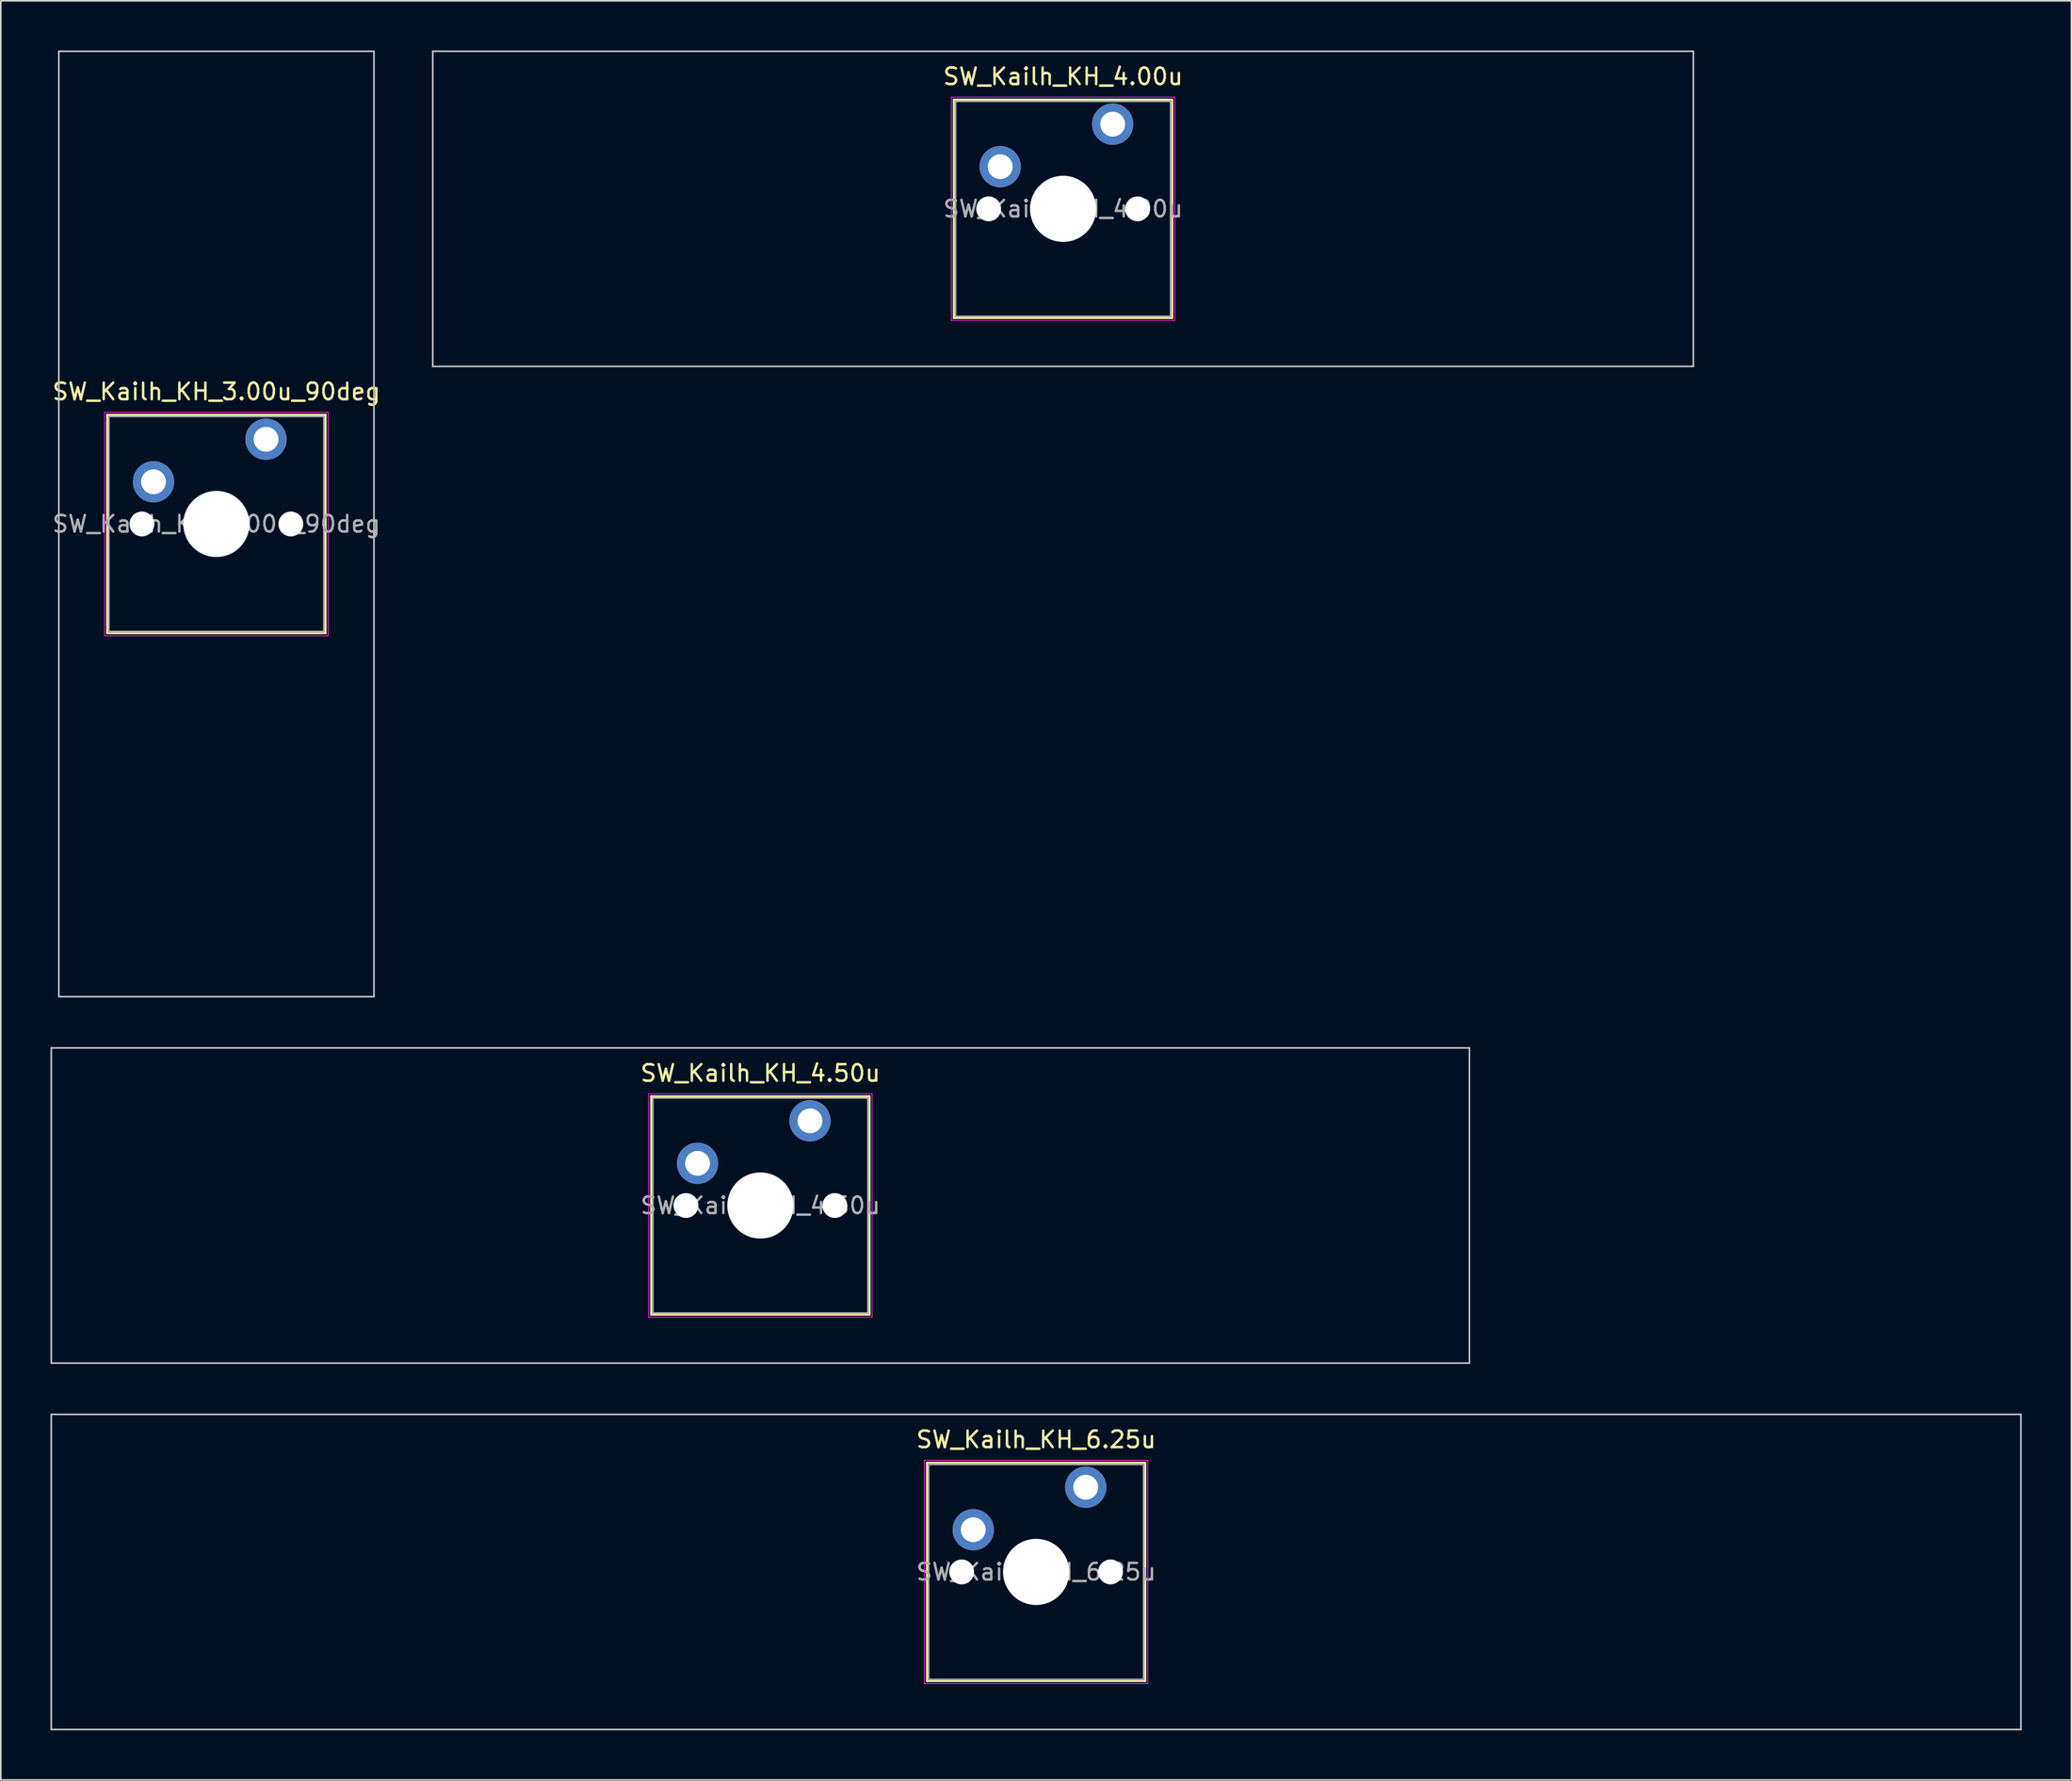
<source format=kicad_pcb>
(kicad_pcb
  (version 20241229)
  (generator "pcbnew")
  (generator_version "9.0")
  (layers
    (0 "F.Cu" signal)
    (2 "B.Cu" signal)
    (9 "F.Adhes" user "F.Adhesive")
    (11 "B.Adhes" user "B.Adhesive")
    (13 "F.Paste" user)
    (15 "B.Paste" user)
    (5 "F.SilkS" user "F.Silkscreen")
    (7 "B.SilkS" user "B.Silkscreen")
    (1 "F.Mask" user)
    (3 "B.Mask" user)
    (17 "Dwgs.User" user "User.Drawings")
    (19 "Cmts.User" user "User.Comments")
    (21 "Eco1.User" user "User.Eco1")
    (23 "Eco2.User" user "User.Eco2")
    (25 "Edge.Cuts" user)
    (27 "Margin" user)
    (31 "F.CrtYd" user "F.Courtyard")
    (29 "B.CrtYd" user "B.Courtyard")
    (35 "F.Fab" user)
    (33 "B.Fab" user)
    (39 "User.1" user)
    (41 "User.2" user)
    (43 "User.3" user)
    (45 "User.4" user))
  (footprint "SW_Kailh_KH_4.00u"
    (layer "F.Cu")
    (at 61.21 9.575)
    (property "Reference" "SW_Kailh_KH_4.00u" (at 0 -8 0) (layer "F.SilkS") (effects (font (size 1 1) (thickness 0.15))))
    (attr through_hole)
    (fp_line (start -6.6 -6.6) (end -6.6 6.6) (stroke (width 0.12) (type solid)) (layer "F.SilkS"))
    (fp_line (start -6.6 6.6) (end 6.6 6.6) (stroke (width 0.12) (type solid)) (layer "F.SilkS"))
    (fp_line (start 6.6 -6.6) (end -6.6 -6.6) (stroke (width 0.12) (type solid)) (layer "F.SilkS"))
    (fp_line (start 6.6 6.6) (end 6.6 -6.6) (stroke (width 0.12) (type solid)) (layer "F.SilkS"))
    (fp_line (start -38.1 -9.525) (end -38.1 9.525) (stroke (width 0.1) (type solid)) (layer "Dwgs.User"))
    (fp_line (start -38.1 9.525) (end 38.1 9.525) (stroke (width 0.1) (type solid)) (layer "Dwgs.User"))
    (fp_line (start 38.1 -9.525) (end -38.1 -9.525) (stroke (width 0.1) (type solid)) (layer "Dwgs.User"))
    (fp_line (start 38.1 9.525) (end 38.1 -9.525) (stroke (width 0.1) (type solid)) (layer "Dwgs.User"))
    (fp_line (start -6.1 -6.1) (end -6.1 6.1) (stroke (width 0.1) (type solid)) (layer "Eco1.User"))
    (fp_line (start -6.1 6.1) (end 6.1 6.1) (stroke (width 0.1) (type solid)) (layer "Eco1.User"))
    (fp_line (start 6.1 -6.1) (end -6.1 -6.1) (stroke (width 0.1) (type solid)) (layer "Eco1.User"))
    (fp_line (start 6.1 6.1) (end 6.1 -6.1) (stroke (width 0.1) (type solid)) (layer "Eco1.User"))
    (fp_line (start -6.75 -6.75) (end -6.75 6.75) (stroke (width 0.05) (type solid)) (layer "F.CrtYd"))
    (fp_line (start -6.75 6.75) (end 6.75 6.75) (stroke (width 0.05) (type solid)) (layer "F.CrtYd"))
    (fp_line (start 6.75 -6.75) (end -6.75 -6.75) (stroke (width 0.05) (type solid)) (layer "F.CrtYd"))
    (fp_line (start 6.75 6.75) (end 6.75 -6.75) (stroke (width 0.05) (type solid)) (layer "F.CrtYd"))
    (fp_line (start -6.5 -6.5) (end -6.5 6.5) (stroke (width 0.1) (type solid)) (layer "F.Fab"))
    (fp_line (start -6.5 6.5) (end 6.5 6.5) (stroke (width 0.1) (type solid)) (layer "F.Fab"))
    (fp_line (start 6.5 -6.5) (end -6.5 -6.5) (stroke (width 0.1) (type solid)) (layer "F.Fab"))
    (fp_line (start 6.5 6.5) (end 6.5 -6.5) (stroke (width 0.1) (type solid)) (layer "F.Fab"))
    (fp_text user "${REFERENCE}" (at 0 0 0) (layer "F.Fab") (effects (font (size 1 1) (thickness 0.15))))
    (pad "" np_thru_hole circle (at -4.5 0) (size 1.5 1.5) (drill 1.5) (layers "*.Cu" "*.Mask"))
    (pad "" smd circle (at -3.8 -2.55) (size 1.55 1.55) (layers "F.Mask"))
    (pad "" np_thru_hole circle (at 0 0) (size 4 4) (drill 4) (layers "*.Cu" "*.Mask"))
    (pad "" smd circle (at 3 -5.12) (size 1.55 1.55) (layers "F.Mask"))
    (pad "" np_thru_hole circle (at 4.5 0) (size 1.5 1.5) (drill 1.5) (layers "*.Cu" "*.Mask"))
    (pad "1" thru_hole circle (at -3.8 -2.55) (size 2.5 2.5) (drill 1.5) (layers "*.Cu" "B.Mask"))
    (pad "2" thru_hole circle (at 3 -5.12) (size 2.5 2.5) (drill 1.5) (layers "*.Cu" "B.Mask")))
  (footprint "SW_Kailh_KH_6.25u"
    (layer "F.Cu")
    (at 59.581 91.975)
    (property "Reference" "SW_Kailh_KH_6.25u" (at 0 -8 0) (layer "F.SilkS") (effects (font (size 1 1) (thickness 0.15))))
    (attr through_hole)
    (fp_line (start -6.6 -6.6) (end -6.6 6.6) (stroke (width 0.12) (type solid)) (layer "F.SilkS"))
    (fp_line (start -6.6 6.6) (end 6.6 6.6) (stroke (width 0.12) (type solid)) (layer "F.SilkS"))
    (fp_line (start 6.6 -6.6) (end -6.6 -6.6) (stroke (width 0.12) (type solid)) (layer "F.SilkS"))
    (fp_line (start 6.6 6.6) (end 6.6 -6.6) (stroke (width 0.12) (type solid)) (layer "F.SilkS"))
    (fp_line (start -59.531 -9.525) (end -59.531 9.525) (stroke (width 0.1) (type solid)) (layer "Dwgs.User"))
    (fp_line (start -59.531 9.525) (end 59.531 9.525) (stroke (width 0.1) (type solid)) (layer "Dwgs.User"))
    (fp_line (start 59.531 -9.525) (end -59.531 -9.525) (stroke (width 0.1) (type solid)) (layer "Dwgs.User"))
    (fp_line (start 59.531 9.525) (end 59.531 -9.525) (stroke (width 0.1) (type solid)) (layer "Dwgs.User"))
    (fp_line (start -6.1 -6.1) (end -6.1 6.1) (stroke (width 0.1) (type solid)) (layer "Eco1.User"))
    (fp_line (start -6.1 6.1) (end 6.1 6.1) (stroke (width 0.1) (type solid)) (layer "Eco1.User"))
    (fp_line (start 6.1 -6.1) (end -6.1 -6.1) (stroke (width 0.1) (type solid)) (layer "Eco1.User"))
    (fp_line (start 6.1 6.1) (end 6.1 -6.1) (stroke (width 0.1) (type solid)) (layer "Eco1.User"))
    (fp_line (start -6.75 -6.75) (end -6.75 6.75) (stroke (width 0.05) (type solid)) (layer "F.CrtYd"))
    (fp_line (start -6.75 6.75) (end 6.75 6.75) (stroke (width 0.05) (type solid)) (layer "F.CrtYd"))
    (fp_line (start 6.75 -6.75) (end -6.75 -6.75) (stroke (width 0.05) (type solid)) (layer "F.CrtYd"))
    (fp_line (start 6.75 6.75) (end 6.75 -6.75) (stroke (width 0.05) (type solid)) (layer "F.CrtYd"))
    (fp_line (start -6.5 -6.5) (end -6.5 6.5) (stroke (width 0.1) (type solid)) (layer "F.Fab"))
    (fp_line (start -6.5 6.5) (end 6.5 6.5) (stroke (width 0.1) (type solid)) (layer "F.Fab"))
    (fp_line (start 6.5 -6.5) (end -6.5 -6.5) (stroke (width 0.1) (type solid)) (layer "F.Fab"))
    (fp_line (start 6.5 6.5) (end 6.5 -6.5) (stroke (width 0.1) (type solid)) (layer "F.Fab"))
    (fp_text user "${REFERENCE}" (at 0 0 0) (layer "F.Fab") (effects (font (size 1 1) (thickness 0.15))))
    (pad "" np_thru_hole circle (at -4.5 0) (size 1.5 1.5) (drill 1.5) (layers "*.Cu" "*.Mask"))
    (pad "" smd circle (at -3.8 -2.55) (size 1.55 1.55) (layers "F.Mask"))
    (pad "" np_thru_hole circle (at 0 0) (size 4 4) (drill 4) (layers "*.Cu" "*.Mask"))
    (pad "" smd circle (at 3 -5.12) (size 1.55 1.55) (layers "F.Mask"))
    (pad "" np_thru_hole circle (at 4.5 0) (size 1.5 1.5) (drill 1.5) (layers "*.Cu" "*.Mask"))
    (pad "1" thru_hole circle (at -3.8 -2.55) (size 2.5 2.5) (drill 1.5) (layers "*.Cu" "B.Mask"))
    (pad "2" thru_hole circle (at 3 -5.12) (size 2.5 2.5) (drill 1.5) (layers "*.Cu" "B.Mask")))
  (footprint "SW_Kailh_KH_4.50u"
    (layer "F.Cu")
    (at 42.913 69.825)
    (property "Reference" "SW_Kailh_KH_4.50u" (at 0 -8 0) (layer "F.SilkS") (effects (font (size 1 1) (thickness 0.15))))
    (attr through_hole)
    (fp_line (start -6.6 -6.6) (end -6.6 6.6) (stroke (width 0.12) (type solid)) (layer "F.SilkS"))
    (fp_line (start -6.6 6.6) (end 6.6 6.6) (stroke (width 0.12) (type solid)) (layer "F.SilkS"))
    (fp_line (start 6.6 -6.6) (end -6.6 -6.6) (stroke (width 0.12) (type solid)) (layer "F.SilkS"))
    (fp_line (start 6.6 6.6) (end 6.6 -6.6) (stroke (width 0.12) (type solid)) (layer "F.SilkS"))
    (fp_line (start -42.862 -9.525) (end -42.862 9.525) (stroke (width 0.1) (type solid)) (layer "Dwgs.User"))
    (fp_line (start -42.862 9.525) (end 42.862 9.525) (stroke (width 0.1) (type solid)) (layer "Dwgs.User"))
    (fp_line (start 42.862 -9.525) (end -42.862 -9.525) (stroke (width 0.1) (type solid)) (layer "Dwgs.User"))
    (fp_line (start 42.862 9.525) (end 42.862 -9.525) (stroke (width 0.1) (type solid)) (layer "Dwgs.User"))
    (fp_line (start -6.1 -6.1) (end -6.1 6.1) (stroke (width 0.1) (type solid)) (layer "Eco1.User"))
    (fp_line (start -6.1 6.1) (end 6.1 6.1) (stroke (width 0.1) (type solid)) (layer "Eco1.User"))
    (fp_line (start 6.1 -6.1) (end -6.1 -6.1) (stroke (width 0.1) (type solid)) (layer "Eco1.User"))
    (fp_line (start 6.1 6.1) (end 6.1 -6.1) (stroke (width 0.1) (type solid)) (layer "Eco1.User"))
    (fp_line (start -6.75 -6.75) (end -6.75 6.75) (stroke (width 0.05) (type solid)) (layer "F.CrtYd"))
    (fp_line (start -6.75 6.75) (end 6.75 6.75) (stroke (width 0.05) (type solid)) (layer "F.CrtYd"))
    (fp_line (start 6.75 -6.75) (end -6.75 -6.75) (stroke (width 0.05) (type solid)) (layer "F.CrtYd"))
    (fp_line (start 6.75 6.75) (end 6.75 -6.75) (stroke (width 0.05) (type solid)) (layer "F.CrtYd"))
    (fp_line (start -6.5 -6.5) (end -6.5 6.5) (stroke (width 0.1) (type solid)) (layer "F.Fab"))
    (fp_line (start -6.5 6.5) (end 6.5 6.5) (stroke (width 0.1) (type solid)) (layer "F.Fab"))
    (fp_line (start 6.5 -6.5) (end -6.5 -6.5) (stroke (width 0.1) (type solid)) (layer "F.Fab"))
    (fp_line (start 6.5 6.5) (end 6.5 -6.5) (stroke (width 0.1) (type solid)) (layer "F.Fab"))
    (fp_text user "${REFERENCE}" (at 0 0 0) (layer "F.Fab") (effects (font (size 1 1) (thickness 0.15))))
    (pad "" np_thru_hole circle (at -4.5 0) (size 1.5 1.5) (drill 1.5) (layers "*.Cu" "*.Mask"))
    (pad "" smd circle (at -3.8 -2.55) (size 1.55 1.55) (layers "F.Mask"))
    (pad "" np_thru_hole circle (at 0 0) (size 4 4) (drill 4) (layers "*.Cu" "*.Mask"))
    (pad "" smd circle (at 3 -5.12) (size 1.55 1.55) (layers "F.Mask"))
    (pad "" np_thru_hole circle (at 4.5 0) (size 1.5 1.5) (drill 1.5) (layers "*.Cu" "*.Mask"))
    (pad "1" thru_hole circle (at -3.8 -2.55) (size 2.5 2.5) (drill 1.5) (layers "*.Cu" "B.Mask"))
    (pad "2" thru_hole circle (at 3 -5.12) (size 2.5 2.5) (drill 1.5) (layers "*.Cu" "B.Mask")))
  (footprint "SW_Kailh_KH_3.00u_90deg"
    (layer "F.Cu")
    (at 10.03 28.625)
    (property "Reference" "SW_Kailh_KH_3.00u_90deg" (at 0 -8 0) (layer "F.SilkS") (effects (font (size 1 1) (thickness 0.15))))
    (attr through_hole)
    (fp_line (start -6.6 -6.6) (end -6.6 6.6) (stroke (width 0.12) (type solid)) (layer "F.SilkS"))
    (fp_line (start -6.6 6.6) (end 6.6 6.6) (stroke (width 0.12) (type solid)) (layer "F.SilkS"))
    (fp_line (start 6.6 -6.6) (end -6.6 -6.6) (stroke (width 0.12) (type solid)) (layer "F.SilkS"))
    (fp_line (start 6.6 6.6) (end 6.6 -6.6) (stroke (width 0.12) (type solid)) (layer "F.SilkS"))
    (fp_line (start -9.525 -28.575) (end 9.525 -28.575) (stroke (width 0.1) (type solid)) (layer "Dwgs.User"))
    (fp_line (start -9.525 28.575) (end -9.525 -28.575) (stroke (width 0.1) (type solid)) (layer "Dwgs.User"))
    (fp_line (start 9.525 -28.575) (end 9.525 28.575) (stroke (width 0.1) (type solid)) (layer "Dwgs.User"))
    (fp_line (start 9.525 28.575) (end -9.525 28.575) (stroke (width 0.1) (type solid)) (layer "Dwgs.User"))
    (fp_line (start -6.1 -6.1) (end -6.1 6.1) (stroke (width 0.1) (type solid)) (layer "Eco1.User"))
    (fp_line (start -6.1 6.1) (end 6.1 6.1) (stroke (width 0.1) (type solid)) (layer "Eco1.User"))
    (fp_line (start 6.1 -6.1) (end -6.1 -6.1) (stroke (width 0.1) (type solid)) (layer "Eco1.User"))
    (fp_line (start 6.1 6.1) (end 6.1 -6.1) (stroke (width 0.1) (type solid)) (layer "Eco1.User"))
    (fp_line (start -6.75 -6.75) (end -6.75 6.75) (stroke (width 0.05) (type solid)) (layer "F.CrtYd"))
    (fp_line (start -6.75 6.75) (end 6.75 6.75) (stroke (width 0.05) (type solid)) (layer "F.CrtYd"))
    (fp_line (start 6.75 -6.75) (end -6.75 -6.75) (stroke (width 0.05) (type solid)) (layer "F.CrtYd"))
    (fp_line (start 6.75 6.75) (end 6.75 -6.75) (stroke (width 0.05) (type solid)) (layer "F.CrtYd"))
    (fp_line (start -6.5 -6.5) (end -6.5 6.5) (stroke (width 0.1) (type solid)) (layer "F.Fab"))
    (fp_line (start -6.5 6.5) (end 6.5 6.5) (stroke (width 0.1) (type solid)) (layer "F.Fab"))
    (fp_line (start 6.5 -6.5) (end -6.5 -6.5) (stroke (width 0.1) (type solid)) (layer "F.Fab"))
    (fp_line (start 6.5 6.5) (end 6.5 -6.5) (stroke (width 0.1) (type solid)) (layer "F.Fab"))
    (fp_text user "${REFERENCE}" (at 0 0 0) (layer "F.Fab") (effects (font (size 1 1) (thickness 0.15))))
    (pad "" np_thru_hole circle (at -4.5 0) (size 1.5 1.5) (drill 1.5) (layers "*.Cu" "*.Mask"))
    (pad "" smd circle (at -3.8 -2.55) (size 1.55 1.55) (layers "F.Mask"))
    (pad "" np_thru_hole circle (at 0 0) (size 4 4) (drill 4) (layers "*.Cu" "*.Mask"))
    (pad "" smd circle (at 3 -5.12) (size 1.55 1.55) (layers "F.Mask"))
    (pad "" np_thru_hole circle (at 4.5 0) (size 1.5 1.5) (drill 1.5) (layers "*.Cu" "*.Mask"))
    (pad "1" thru_hole circle (at -3.8 -2.55) (size 2.5 2.5) (drill 1.5) (layers "*.Cu" "B.Mask"))
    (pad "2" thru_hole circle (at 3 -5.12) (size 2.5 2.5) (drill 1.5) (layers "*.Cu" "B.Mask")))
  (gr_rect
    (start -3 -3)
    (end 122.162 104.55)
    (stroke (width 0.1) (type default))
    (fill no)
    (layer "Edge.Cuts")))
</source>
